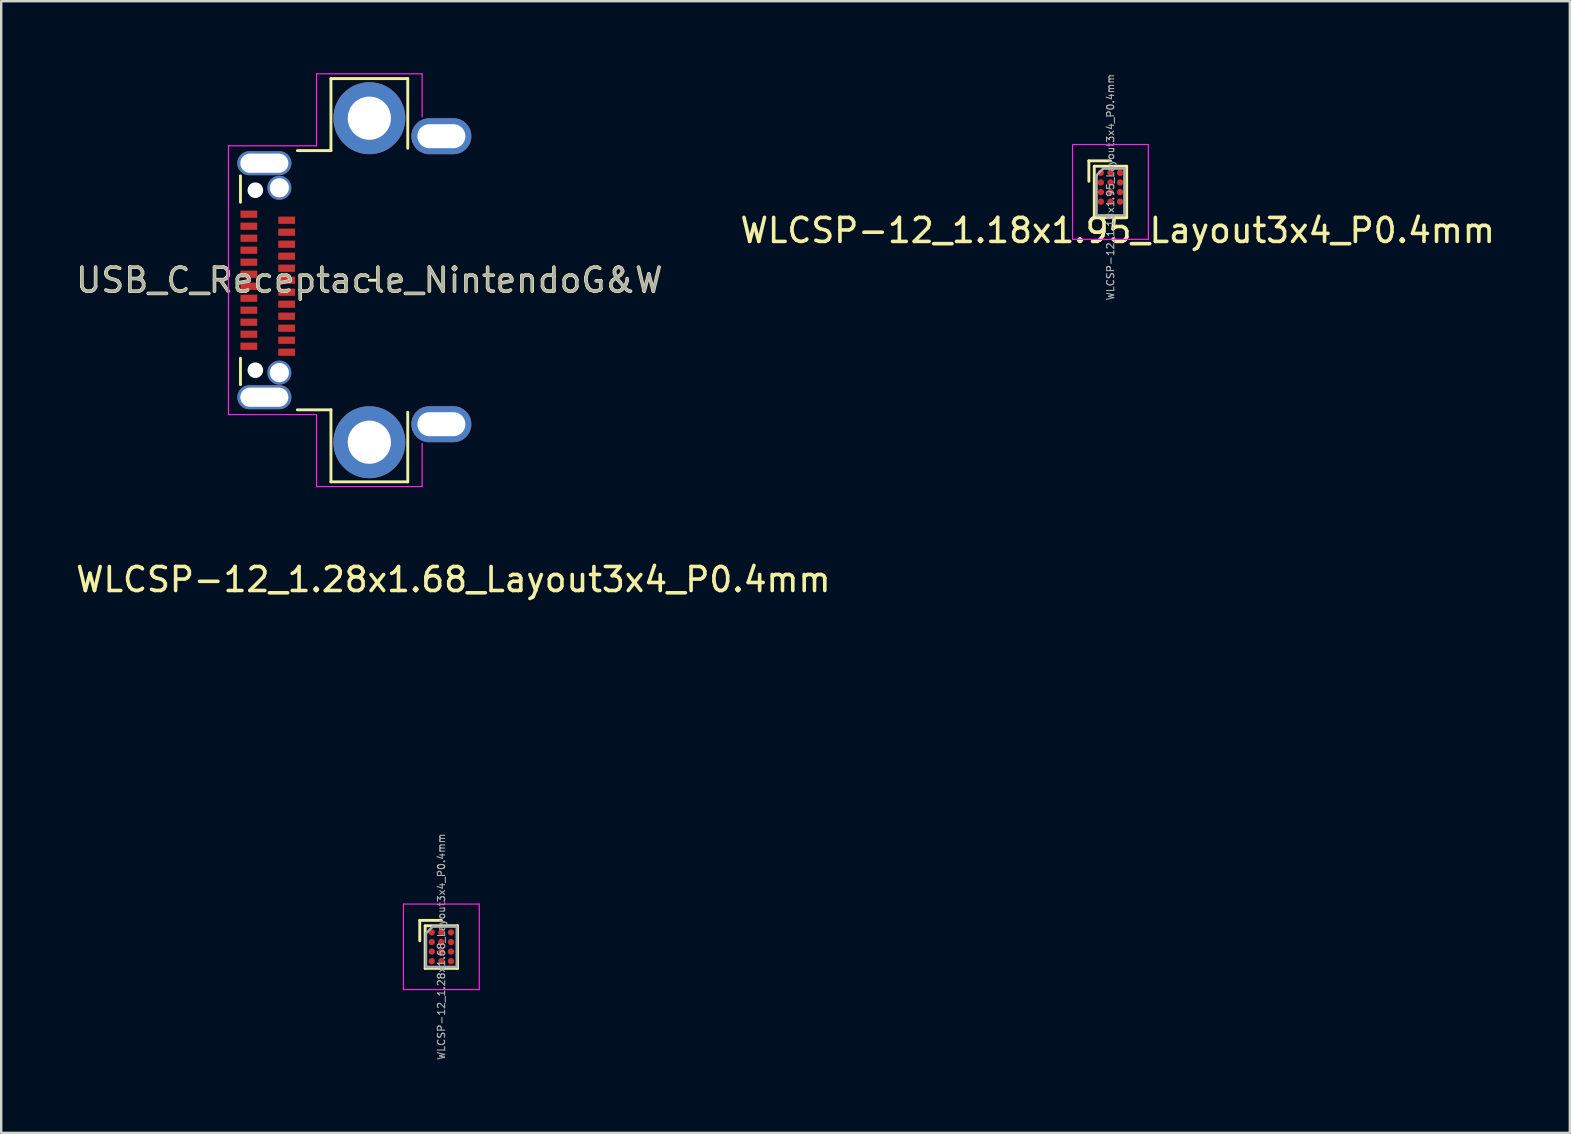
<source format=kicad_pcb>
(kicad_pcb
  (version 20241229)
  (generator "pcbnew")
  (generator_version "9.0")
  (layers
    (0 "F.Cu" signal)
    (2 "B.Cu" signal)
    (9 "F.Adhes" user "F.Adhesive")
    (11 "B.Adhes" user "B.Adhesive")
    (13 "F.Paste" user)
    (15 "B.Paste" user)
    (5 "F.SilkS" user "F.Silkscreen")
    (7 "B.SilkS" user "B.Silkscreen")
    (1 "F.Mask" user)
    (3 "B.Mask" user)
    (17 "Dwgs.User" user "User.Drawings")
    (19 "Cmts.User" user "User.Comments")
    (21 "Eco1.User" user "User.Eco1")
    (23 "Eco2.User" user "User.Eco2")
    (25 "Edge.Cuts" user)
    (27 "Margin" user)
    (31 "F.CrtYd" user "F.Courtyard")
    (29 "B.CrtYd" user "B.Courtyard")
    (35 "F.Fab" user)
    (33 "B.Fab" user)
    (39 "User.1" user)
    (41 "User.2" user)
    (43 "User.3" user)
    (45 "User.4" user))
  (footprint "WLCSP-12_1.28x1.68_Layout3x4_P0.4mm"
    (layer "F.Cu")
    (at 15.339 36.398)
    (property "Reference" "WLCSP-12_1.28x1.68_Layout3x4_P0.4mm" (at 0.5 -15.3 0) (layer "F.SilkS") (effects (font (size 1 1) (thickness 0.15))))
    (attr through_hole)
    (fp_line (start -0.9 -1.1) (end -0.9 -0.25) (stroke (width 0.12) (type solid)) (layer "F.SilkS"))
    (fp_line (start -0.675 -0.875) (end -0.675 0.9) (stroke (width 0.12) (type solid)) (layer "F.SilkS"))
    (fp_line (start -0.675 -0.875) (end 0.675 -0.875) (stroke (width 0.12) (type solid)) (layer "F.SilkS"))
    (fp_line (start -0.675 0.9) (end 0.675 0.9) (stroke (width 0.12) (type solid)) (layer "F.SilkS"))
    (fp_line (start 0 -1.1) (end -0.9 -1.1) (stroke (width 0.12) (type solid)) (layer "F.SilkS"))
    (fp_line (start 0.675 0.9) (end 0.675 -0.875) (stroke (width 0.12) (type solid)) (layer "F.SilkS"))
    (fp_line (start -1.58 -1.78) (end 1.58 -1.78) (stroke (width 0.05) (type solid)) (layer "F.CrtYd"))
    (fp_line (start -1.58 1.78) (end -1.58 -1.78) (stroke (width 0.05) (type solid)) (layer "F.CrtYd"))
    (fp_line (start -1.58 1.78) (end 1.58 1.78) (stroke (width 0.05) (type solid)) (layer "F.CrtYd"))
    (fp_line (start 1.58 -1.78) (end 1.58 1.78) (stroke (width 0.05) (type solid)) (layer "F.CrtYd"))
    (fp_line (start -0.64 -0.56) (end -0.36 -0.84) (stroke (width 0.1) (type solid)) (layer "F.Fab"))
    (fp_line (start -0.64 0.84) (end -0.64 -0.56) (stroke (width 0.1) (type solid)) (layer "F.Fab"))
    (fp_line (start -0.64 0.84) (end 0.64 0.84) (stroke (width 0.1) (type solid)) (layer "F.Fab"))
    (fp_line (start 0.64 -0.84) (end -0.36 -0.84) (stroke (width 0.1) (type solid)) (layer "F.Fab"))
    (fp_line (start 0.64 0.84) (end 0.64 -0.84) (stroke (width 0.1) (type solid)) (layer "F.Fab"))
    (fp_text user "${REFERENCE}" (at 0 0 90) (layer "F.Fab") (effects (font (size 0.3 0.3) (thickness 0.045))))
    (pad "" smd rect (at -0.4 -0.6) (size 0.3 0.3) (layers "F.Paste"))
    (pad "" smd rect (at -0.4 -0.2) (size 0.3 0.3) (layers "F.Paste"))
    (pad "" smd rect (at -0.4 0.2) (size 0.3 0.3) (layers "F.Paste"))
    (pad "" smd rect (at -0.4 0.6) (size 0.3 0.3) (layers "F.Paste"))
    (pad "" smd rect (at 0 -0.6) (size 0.3 0.3) (layers "F.Paste"))
    (pad "" smd rect (at 0 -0.2) (size 0.3 0.3) (layers "F.Paste"))
    (pad "" smd rect (at 0 0.2) (size 0.3 0.3) (layers "F.Paste"))
    (pad "" smd rect (at 0 0.6) (size 0.3 0.3) (layers "F.Paste"))
    (pad "" smd rect (at 0.4 -0.6) (size 0.3 0.3) (layers "F.Paste"))
    (pad "" smd rect (at 0.4 -0.2) (size 0.3 0.3) (layers "F.Paste"))
    (pad "" smd rect (at 0.4 0.2) (size 0.3 0.3) (layers "F.Paste"))
    (pad "" smd rect (at 0.4 0.6) (size 0.3 0.3) (layers "F.Paste"))
    (pad "A1" smd circle (at -0.4 -0.6) (size 0.265 0.265) (layers "F.Cu" "F.Mask"))
    (pad "A2" smd circle (at 0 -0.6) (size 0.265 0.265) (layers "F.Cu" "F.Mask"))
    (pad "A3" smd circle (at 0.4 -0.6) (size 0.265 0.265) (layers "F.Cu" "F.Mask"))
    (pad "B1" smd circle (at -0.4 -0.2) (size 0.265 0.265) (layers "F.Cu" "F.Mask"))
    (pad "B2" smd circle (at 0 -0.2) (size 0.265 0.265) (layers "F.Cu" "F.Mask"))
    (pad "B3" smd circle (at 0.4 -0.2) (size 0.265 0.265) (layers "F.Cu" "F.Mask"))
    (pad "C1" smd circle (at -0.4 0.2) (size 0.265 0.265) (layers "F.Cu" "F.Mask"))
    (pad "C2" smd circle (at 0 0.2) (size 0.265 0.265) (layers "F.Cu" "F.Mask"))
    (pad "C3" smd circle (at 0.4 0.2) (size 0.265 0.265) (layers "F.Cu" "F.Mask"))
    (pad "D1" smd circle (at -0.4 0.6) (size 0.265 0.265) (layers "F.Cu" "F.Mask"))
    (pad "D2" smd circle (at 0 0.6) (size 0.265 0.265) (layers "F.Cu" "F.Mask"))
    (pad "D3" smd circle (at 0.4 0.6) (size 0.265 0.265) (layers "F.Cu" "F.Mask")))
  (footprint "WLCSP-12_1.18x1.95_Layout3x4_P0.4mm"
    (layer "F.Cu")
    (at 43.218 4.752)
    (property "Reference" "WLCSP-12_1.18x1.95_Layout3x4_P0.4mm" (at 0.3 1.8 180) (layer "F.SilkS") (effects (font (size 1 1) (thickness 0.15))))
    (attr through_hole)
    (fp_line (start -0.9 -1.1) (end -0.9 -0.25) (stroke (width 0.12) (type solid)) (layer "F.SilkS"))
    (fp_line (start -0.675 -0.875) (end -0.675 1.265) (stroke (width 0.12) (type solid)) (layer "F.SilkS"))
    (fp_line (start -0.675 -0.875) (end 0.675 -0.875) (stroke (width 0.12) (type solid)) (layer "F.SilkS"))
    (fp_line (start -0.675 1.265) (end 0.675 1.265) (stroke (width 0.12) (type solid)) (layer "F.SilkS"))
    (fp_line (start 0 -1.1) (end -0.9 -1.1) (stroke (width 0.12) (type solid)) (layer "F.SilkS"))
    (fp_line (start 0.675 1.265) (end 0.675 -0.875) (stroke (width 0.12) (type solid)) (layer "F.SilkS"))
    (fp_line (start -1.58 -1.78) (end 1.58 -1.78) (stroke (width 0.05) (type solid)) (layer "F.CrtYd"))
    (fp_line (start -1.58 2.17) (end -1.58 -1.78) (stroke (width 0.05) (type solid)) (layer "F.CrtYd"))
    (fp_line (start -1.58 2.17) (end 1.58 2.17) (stroke (width 0.05) (type solid)) (layer "F.CrtYd"))
    (fp_line (start 1.58 -1.78) (end 1.58 2.17) (stroke (width 0.05) (type solid)) (layer "F.CrtYd"))
    (fp_line (start -0.58 -0.5) (end -0.3 -0.78) (stroke (width 0.1) (type solid)) (layer "F.Fab"))
    (fp_line (start -0.58 1.17) (end -0.58 -0.5) (stroke (width 0.1) (type solid)) (layer "F.Fab"))
    (fp_line (start -0.58 1.17) (end 0.58 1.17) (stroke (width 0.1) (type solid)) (layer "F.Fab"))
    (fp_line (start 0.58 -0.78) (end -0.3 -0.78) (stroke (width 0.1) (type solid)) (layer "F.Fab"))
    (fp_line (start 0.58 1.17) (end 0.58 -0.78) (stroke (width 0.1) (type solid)) (layer "F.Fab"))
    (fp_text user "${REFERENCE}" (at 0 0 90) (layer "F.Fab") (effects (font (size 0.3 0.3) (thickness 0.045))))
    (pad "" smd rect (at -0.4 -0.6) (size 0.3 0.3) (layers "F.Paste"))
    (pad "" smd rect (at -0.4 -0.2) (size 0.3 0.3) (layers "F.Paste"))
    (pad "" smd rect (at -0.4 0.2) (size 0.3 0.3) (layers "F.Paste"))
    (pad "" smd rect (at -0.4 0.6) (size 0.3 0.3) (layers "F.Paste"))
    (pad "" smd rect (at 0 -0.6) (size 0.3 0.3) (layers "F.Paste"))
    (pad "" smd rect (at 0 -0.2) (size 0.3 0.3) (layers "F.Paste"))
    (pad "" smd rect (at 0 0.2) (size 0.3 0.3) (layers "F.Paste"))
    (pad "" smd rect (at 0 0.6) (size 0.3 0.3) (layers "F.Paste"))
    (pad "" smd rect (at 0.4 -0.6) (size 0.3 0.3) (layers "F.Paste"))
    (pad "" smd rect (at 0.4 -0.2) (size 0.3 0.3) (layers "F.Paste"))
    (pad "" smd rect (at 0.4 0.2) (size 0.3 0.3) (layers "F.Paste"))
    (pad "" smd rect (at 0.4 0.6) (size 0.3 0.3) (layers "F.Paste"))
    (pad "A1" smd circle (at -0.4 -0.6) (size 0.265 0.265) (layers "F.Cu" "F.Mask"))
    (pad "A2" smd circle (at 0 -0.6) (size 0.265 0.265) (layers "F.Cu" "F.Mask"))
    (pad "A3" smd circle (at 0.4 -0.6) (size 0.265 0.265) (layers "F.Cu" "F.Mask"))
    (pad "B1" smd circle (at -0.4 -0.2) (size 0.265 0.265) (layers "F.Cu" "F.Mask"))
    (pad "B2" smd circle (at 0 -0.2) (size 0.265 0.265) (layers "F.Cu" "F.Mask"))
    (pad "B3" smd circle (at 0.4 -0.2) (size 0.265 0.265) (layers "F.Cu" "F.Mask"))
    (pad "C1" smd circle (at -0.4 0.2) (size 0.265 0.265) (layers "F.Cu" "F.Mask"))
    (pad "C2" smd circle (at 0 0.2) (size 0.265 0.265) (layers "F.Cu" "F.Mask"))
    (pad "C3" smd circle (at 0.4 0.2) (size 0.265 0.265) (layers "F.Cu" "F.Mask"))
    (pad "D1" smd circle (at -0.4 0.6) (size 0.265 0.265) (layers "F.Cu" "F.Mask"))
    (pad "D2" smd circle (at 0 0.6) (size 0.265 0.265) (layers "F.Cu" "F.Mask"))
    (pad "D3" smd circle (at 0.4 0.6) (size 0.265 0.265) (layers "F.Cu" "F.Mask")))
  (footprint "USB_C_Receptacle_NintendoG&W"
    (layer "F.Cu")
    (at 12.339 8.625)
    (property "Reference" "USB_C_Receptacle_NintendoG&W" (at 0 0 0) (layer "F.SilkS") (effects (font (size 1 1) (thickness 0.15))))
    (attr through_hole)
    (fp_line (start -5.37 -4.35) (end -5.37 -3.25) (stroke (width 0.12) (type solid)) (layer "F.SilkS"))
    (fp_line (start -5.37 4.35) (end -5.37 3.25) (stroke (width 0.12) (type solid)) (layer "F.SilkS"))
    (fp_line (start -3 -5.4) (end -1.6 -5.4) (stroke (width 0.12) (type solid)) (layer "F.SilkS"))
    (fp_line (start -3 5.4) (end -1.6 5.4) (stroke (width 0.12) (type solid)) (layer "F.SilkS"))
    (fp_line (start -1.6 -8.4) (end -1.6 -5.4) (stroke (width 0.12) (type solid)) (layer "F.SilkS"))
    (fp_line (start -1.6 -8.4) (end 1.6 -8.4) (stroke (width 0.12) (type solid)) (layer "F.SilkS"))
    (fp_line (start -1.6 8.4) (end -1.6 5.4) (stroke (width 0.12) (type solid)) (layer "F.SilkS"))
    (fp_line (start -1.6 8.4) (end 1.6 8.4) (stroke (width 0.12) (type solid)) (layer "F.SilkS"))
    (fp_line (start 0 0) (end 0.301 0) (stroke (width 0.12) (type solid)) (layer "F.SilkS"))
    (fp_line (start 1.6 -8.4) (end 1.6 -5.5) (stroke (width 0.12) (type solid)) (layer "F.SilkS"))
    (fp_line (start 1.6 8.4) (end 1.6 5.5) (stroke (width 0.12) (type solid)) (layer "F.SilkS"))
    (fp_line (start -2.93 5) (end -2.93 -5) (stroke (width 0.1) (type solid)) (layer "Eco2.User"))
    (fp_line (start -2.37 5) (end 4.5 5) (stroke (width 0.1) (type solid)) (layer "Eco2.User"))
    (fp_line (start -2.37 -5) (end 4.5 -5) (stroke (width 0.1) (type solid)) (layer "Eco2.User"))
    (fp_line (start 4.5 -5) (end 4.5 -6) (stroke (width 0.1) (type solid)) (layer "Eco2.User"))
    (fp_line (start 4.5 5) (end 4.5 6) (stroke (width 0.1) (type solid)) (layer "Eco2.User"))
    (fp_arc (start -2.929508 -5) (mid -2.649508 -5.28) (end -2.369508 -5) (stroke (width 0.1) (type solid)) (layer "Eco2.User"))
    (fp_arc (start -2.37 5) (mid -2.65 5.28) (end -2.93 5) (stroke (width 0.1) (type solid)) (layer "Eco2.User"))
    (fp_line (start -5.87 -5.6) (end -2.2 -5.6) (stroke (width 0.05) (type solid)) (layer "F.CrtYd"))
    (fp_line (start -5.87 5.6) (end -5.87 -5.6) (stroke (width 0.05) (type solid)) (layer "F.CrtYd"))
    (fp_line (start -5.87 5.6) (end -2.2 5.6) (stroke (width 0.05) (type solid)) (layer "F.CrtYd"))
    (fp_line (start -2.2 -8.6) (end 2.2 -8.6) (stroke (width 0.05) (type solid)) (layer "F.CrtYd"))
    (fp_line (start -2.2 -5.6) (end -2.2 -8.6) (stroke (width 0.05) (type solid)) (layer "F.CrtYd"))
    (fp_line (start -2.2 5.6) (end -2.2 8.6) (stroke (width 0.05) (type solid)) (layer "F.CrtYd"))
    (fp_line (start -2.2 8.6) (end 2.2 8.6) (stroke (width 0.05) (type solid)) (layer "F.CrtYd"))
    (fp_line (start 2.2 -8.6) (end 2.2 -6.8) (stroke (width 0.05) (type solid)) (layer "F.CrtYd"))
    (fp_line (start 2.2 8.6) (end 2.2 6.8) (stroke (width 0.05) (type solid)) (layer "F.CrtYd"))
    (fp_text user "PCB EDGE CUT" (at 1 -4.6 180) (layer "Eco2.User") (effects (font (size 0.5 0.5) (thickness 0.125))))
    (fp_text user "PCB EDGE CUT" (at 0.9 4.6 180) (layer "Eco2.User") (effects (font (size 0.5 0.5) (thickness 0.125))))
    (fp_text user "PCB EDGE CUT" (at -2.4 0 90) (layer "Eco2.User") (effects (font (size 0.5 0.5) (thickness 0.125))))
    (fp_text user "${REFERENCE}" (at 0 0 180) (layer "F.Fab") (effects (font (size 1 1) (thickness 0.1))))
    (pad "" np_thru_hole circle (at -4.75 -3.75 90) (size 0.65 0.65) (drill 0.65) (layers "*.Cu" "*.Mask"))
    (pad "" np_thru_hole circle (at -4.75 3.75 90) (size 0.65 0.65) (drill 0.65) (layers "*.Cu" "*.Mask"))
    (pad "A1" smd rect (at -5.02 2.75 90) (size 0.3 0.7) (layers "F.Cu" "F.Mask" "F.Paste"))
    (pad "A2" smd rect (at -5.02 2.25 90) (size 0.3 0.7) (layers "F.Cu" "F.Mask" "F.Paste"))
    (pad "A3" smd rect (at -5.02 1.75 90) (size 0.3 0.7) (layers "F.Cu" "F.Mask" "F.Paste"))
    (pad "A4" smd rect (at -5.02 1.25 90) (size 0.3 0.7) (layers "F.Cu" "F.Mask" "F.Paste"))
    (pad "A5" smd rect (at -5.02 0.75 90) (size 0.3 0.7) (layers "F.Cu" "F.Mask" "F.Paste"))
    (pad "A6" smd rect (at -5.02 0.25 90) (size 0.3 0.7) (layers "F.Cu" "F.Mask" "F.Paste"))
    (pad "A7" smd rect (at -5.02 -0.25 90) (size 0.3 0.7) (layers "F.Cu" "F.Mask" "F.Paste"))
    (pad "A8" smd rect (at -5.02 -0.75 90) (size 0.3 0.7) (layers "F.Cu" "F.Mask" "F.Paste"))
    (pad "A9" smd rect (at -5.02 -1.25 90) (size 0.3 0.7) (layers "F.Cu" "F.Mask" "F.Paste"))
    (pad "A10" smd rect (at -5.02 -1.75 90) (size 0.3 0.7) (layers "F.Cu" "F.Mask" "F.Paste"))
    (pad "A11" smd rect (at -5.02 -2.25 90) (size 0.3 0.7) (layers "F.Cu" "F.Mask" "F.Paste"))
    (pad "A12" smd rect (at -5.02 -2.75 90) (size 0.3 0.7) (layers "F.Cu" "F.Mask" "F.Paste"))
    (pad "B1" smd rect (at -3.445 -2.5 90) (size 0.3 0.7) (layers "F.Cu" "F.Mask" "F.Paste"))
    (pad "B2" smd rect (at -3.445 -2 90) (size 0.3 0.7) (layers "F.Cu" "F.Mask" "F.Paste"))
    (pad "B3" smd rect (at -3.445 -1.5 90) (size 0.3 0.7) (layers "F.Cu" "F.Mask" "F.Paste"))
    (pad "B4" smd rect (at -3.445 -1 90) (size 0.3 0.7) (layers "F.Cu" "F.Mask" "F.Paste"))
    (pad "B5" smd rect (at -3.445 -0.5 90) (size 0.3 0.7) (layers "F.Cu" "F.Mask" "F.Paste"))
    (pad "B6" smd rect (at -3.445 0 90) (size 0.3 0.7) (layers "F.Cu" "F.Mask" "F.Paste"))
    (pad "B7" smd rect (at -3.445 0.5 90) (size 0.3 0.7) (layers "F.Cu" "F.Mask" "F.Paste"))
    (pad "B8" smd rect (at -3.445 1 90) (size 0.3 0.7) (layers "F.Cu" "F.Mask" "F.Paste"))
    (pad "B9" smd rect (at -3.445 1.5 90) (size 0.3 0.7) (layers "F.Cu" "F.Mask" "F.Paste"))
    (pad "B10" smd rect (at -3.445 2 90) (size 0.3 0.7) (layers "F.Cu" "F.Mask" "F.Paste"))
    (pad "B11" smd rect (at -3.445 2.5 90) (size 0.3 0.7) (layers "F.Cu" "F.Mask" "F.Paste"))
    (pad "B12" smd rect (at -3.445 3 90) (size 0.3 0.7) (layers "F.Cu" "F.Mask" "F.Paste"))
    (pad "S1" thru_hole oval (at -4.375 -4.875 90) (size 1 2.25) (drill oval 0.8 2) (layers "*.Cu" "*.Mask"))
    (pad "S1" thru_hole oval (at -4.375 4.875 90) (size 1 2.25) (drill oval 0.8 2) (layers "*.Cu" "*.Mask"))
    (pad "S1" thru_hole circle (at -3.75 -3.85 90) (size 1 1) (drill 0.8) (layers "*.Cu" "*.Mask"))
    (pad "S1" thru_hole circle (at -3.75 3.85 90) (size 1 1) (drill 0.8) (layers "*.Cu" "*.Mask"))
    (pad "S1" thru_hole circle (at 0 -6.75 90) (size 3 3) (drill 1.8) (layers "*.Cu" "*.Mask"))
    (pad "S1" thru_hole circle (at 0 6.75 90) (size 3 3) (drill 1.8) (layers "*.Cu" "*.Mask"))
    (pad "S1" thru_hole oval (at 3 -6 90) (size 1.5 2.5) (drill oval 1 2) (layers "*.Cu" "*.Mask"))
    (pad "S1" thru_hole oval (at 3 6 90) (size 1.5 2.5) (drill oval 1 2) (layers "*.Cu" "*.Mask")))
  (gr_rect
    (start -3 -3)
    (end 62.357 44.15)
    (stroke (width 0.1) (type default))
    (fill no)
    (layer "Edge.Cuts")))
</source>
